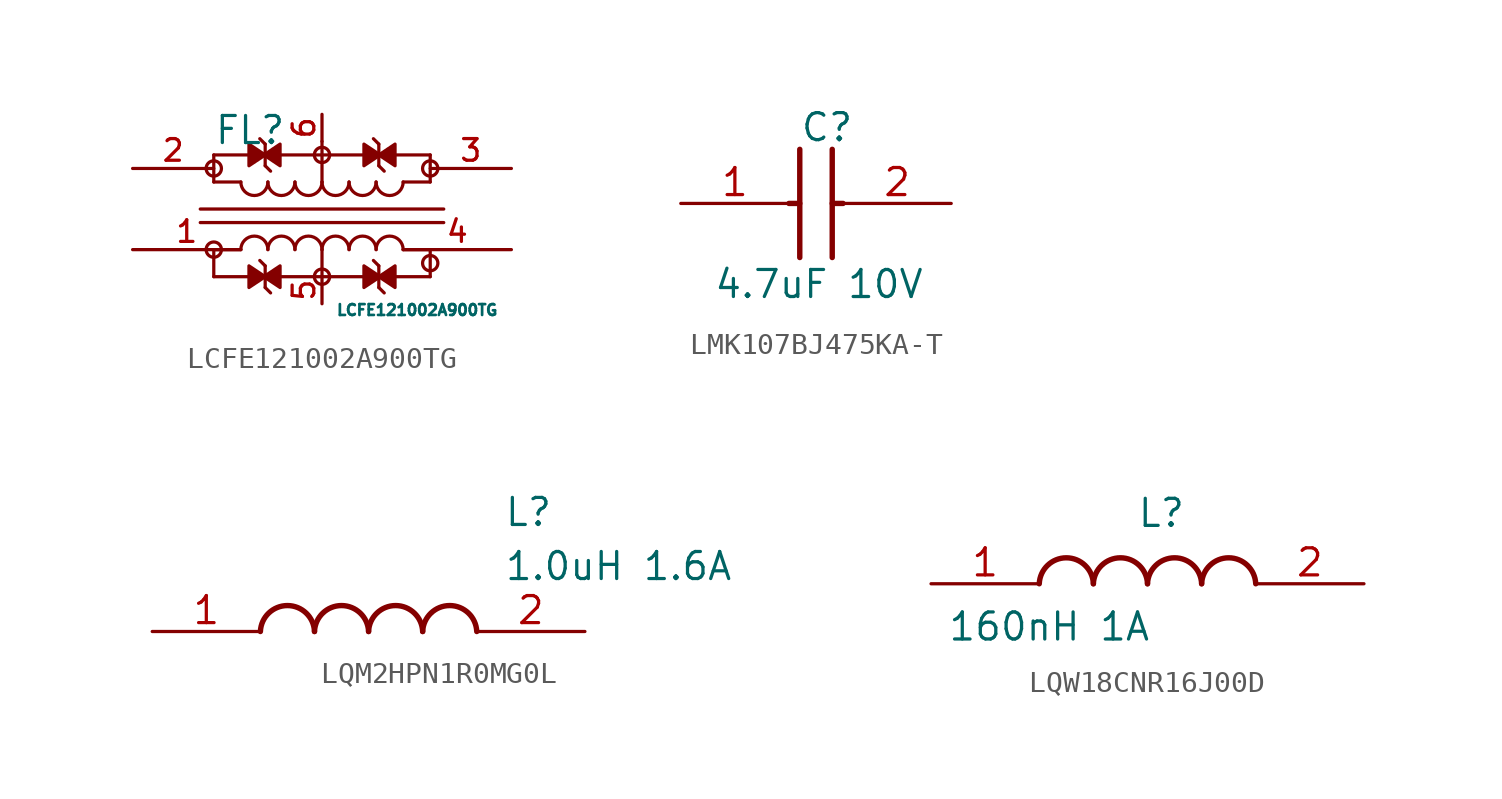
<source format=kicad_sym>
(kicad_symbol_lib
  (version 20241209)
  (generator "kicad_symbol_editor")
  (generator_version "9.0")
  (symbol "LCFE121002A900TG"
    (property "Reference" "FL"
      (at -5.08 3.81 0)
      (effects (font (size 1.27 1.27)) (justify left top)))
    (property "Value" "LCFE121002A900TG"
      (at 0.635 -5.08 0)
      (effects (font (size 0.508 0.508)) (justify left top)))
    (symbol "LCFE121002A900TG_0_0"
      (polyline (pts (xy -5.715 -0.635) (xy 5.715 -0.635)) (stroke (width 0.152) (type default)) (fill (type none)))
      (polyline (pts (xy -5.715 -1.27) (xy 5.715 -1.27)) (stroke (width 0.152) (type default)) (fill (type none)))
      (polyline (pts (xy -5.08 1.905) (xy -5.08 0.635)) (stroke (width 0.152) (type default)) (fill (type none)))
      (circle (center -5.08 1.27) (radius 0.359) (stroke (width 0) (type default)) (fill (type none)))
      (polyline (pts (xy -5.08 0.635) (xy -3.81 0.635)) (stroke (width 0.152) (type default)) (fill (type none)))
      (circle (center -5.08 -2.54) (radius 0.359) (stroke (width 0) (type default)) (fill (type none)))
      (polyline (pts (xy -5.08 -2.54) (xy -3.81 -2.54)) (stroke (width 0.152) (type default)) (fill (type none)))
      (polyline (pts (xy -5.08 -3.81) (xy -5.08 -2.54)) (stroke (width 0.152) (type default)) (fill (type none)))
      (arc (start -2.54 0.635) (mid -3.175 0) (end -3.81 0.635) (stroke (width 0.1524) (type default)) (fill (type none)))
      (arc (start -3.81 -2.54) (mid -3.175 -1.905) (end -2.54 -2.54) (stroke (width 0.1524) (type default)) (fill (type none)))
      (polyline (pts (xy -2.731 1.905) (xy -1.968 1.397) (xy -1.968 2.413) (xy -2.731 1.905)) (stroke (width 0.152) (type default)) (fill (type outline)))
      (polyline (pts (xy -2.731 -3.81) (xy -1.968 -4.318) (xy -1.968 -3.302) (xy -2.731 -3.81)) (stroke (width 0.152) (type default)) (fill (type outline)))
      (polyline (pts (xy -2.667 2.413) (xy -2.921 2.667)) (stroke (width 0.152) (type default)) (fill (type none)))
      (polyline (pts (xy -2.667 1.905) (xy -5.08 1.905)) (stroke (width 0.152) (type default)) (fill (type none)))
      (polyline (pts (xy -2.667 1.905) (xy -2.667 2.413)) (stroke (width 0.152) (type default)) (fill (type none)))
      (polyline (pts (xy -2.667 1.905) (xy -3.429 2.413) (xy -3.429 1.397) (xy -2.667 1.905)) (stroke (width 0.152) (type default)) (fill (type outline)))
      (polyline (pts (xy -2.667 1.397) (xy -2.667 1.905)) (stroke (width 0.152) (type default)) (fill (type none)))
      (polyline (pts (xy -2.667 -3.302) (xy -2.921 -3.048)) (stroke (width 0.152) (type default)) (fill (type none)))
      (polyline (pts (xy -2.667 -3.81) (xy -5.08 -3.81)) (stroke (width 0.152) (type default)) (fill (type none)))
      (polyline (pts (xy -2.667 -3.81) (xy -2.667 -3.302)) (stroke (width 0.152) (type default)) (fill (type none)))
      (polyline (pts (xy -2.667 -3.81) (xy -3.429 -3.302) (xy -3.429 -4.318) (xy -2.667 -3.81)) (stroke (width 0.152) (type default)) (fill (type outline)))
      (polyline (pts (xy -2.667 -4.318) (xy -2.667 -3.81)) (stroke (width 0.152) (type default)) (fill (type none)))
      (polyline (pts (xy -2.413 1.143) (xy -2.667 1.397)) (stroke (width 0.152) (type default)) (fill (type none)))
      (polyline (pts (xy -2.413 -4.572) (xy -2.667 -4.318)) (stroke (width 0.152) (type default)) (fill (type none)))
      (arc (start -1.27 0.635) (mid -1.905 0) (end -2.54 0.635) (stroke (width 0.1524) (type default)) (fill (type none)))
      (arc (start -2.54 -2.54) (mid -1.905 -1.905) (end -1.27 -2.54) (stroke (width 0.1524) (type default)) (fill (type none)))
      (arc (start 0 0.635) (mid -0.635 0) (end -1.27 0.635) (stroke (width 0.1524) (type default)) (fill (type none)))
      (arc (start -1.27 -2.54) (mid -0.635 -1.905) (end 0 -2.54) (stroke (width 0.1524) (type default)) (fill (type none)))
      (polyline (pts (xy 0 2.54) (xy 0 0.635)) (stroke (width 0.152) (type default)) (fill (type none)))
      (circle (center 0 1.905) (radius 0.359) (stroke (width 0) (type default)) (fill (type none)))
      (polyline (pts (xy 0 1.905) (xy -2.667 1.905)) (stroke (width 0.152) (type default)) (fill (type none)))
      (polyline (pts (xy 0 1.905) (xy 2.667 1.905)) (stroke (width 0.152) (type default)) (fill (type none)))
      (polyline (pts (xy 0 -3.81) (xy -2.667 -3.81)) (stroke (width 0.152) (type default)) (fill (type none)))
      (polyline (pts (xy 0 -3.81) (xy 0 -2.54)) (stroke (width 0.152) (type default)) (fill (type none)))
      (polyline (pts (xy 0 -3.81) (xy 2.667 -3.81)) (stroke (width 0.152) (type default)) (fill (type none)))
      (circle (center 0 -3.81) (radius 0.359) (stroke (width 0) (type default)) (fill (type none)))
      (arc (start 1.27 0.635) (mid 0.635 0) (end 0 0.635) (stroke (width 0.1524) (type default)) (fill (type none)))
      (arc (start 0 -2.54) (mid 0.635 -1.905) (end 1.27 -2.54) (stroke (width 0.1524) (type default)) (fill (type none)))
      (arc (start 2.54 0.635) (mid 1.905 0) (end 1.27 0.635) (stroke (width 0.1524) (type default)) (fill (type none)))
      (arc (start 1.27 -2.54) (mid 1.905 -1.905) (end 2.54 -2.54) (stroke (width 0.1524) (type default)) (fill (type none)))
      (polyline (pts (xy 2.413 2.667) (xy 2.667 2.413)) (stroke (width 0.152) (type default)) (fill (type none)))
      (polyline (pts (xy 2.413 -3.048) (xy 2.667 -3.302)) (stroke (width 0.152) (type default)) (fill (type none)))
      (polyline (pts (xy 2.667 2.413) (xy 2.667 1.905)) (stroke (width 0.152) (type default)) (fill (type none)))
      (polyline (pts (xy 2.667 1.905) (xy 2.667 1.397)) (stroke (width 0.152) (type default)) (fill (type none)))
      (polyline (pts (xy 2.667 1.905) (xy 5.08 1.905)) (stroke (width 0.152) (type default)) (fill (type none)))
      (polyline (pts (xy 2.667 1.905) (xy 3.429 1.397) (xy 3.429 2.413) (xy 2.667 1.905)) (stroke (width 0.152) (type default)) (fill (type outline)))
      (polyline (pts (xy 2.667 1.397) (xy 2.921 1.143)) (stroke (width 0.152) (type default)) (fill (type none)))
      (polyline (pts (xy 2.667 -3.302) (xy 2.667 -3.81)) (stroke (width 0.152) (type default)) (fill (type none)))
      (polyline (pts (xy 2.667 -3.81) (xy 2.667 -4.318)) (stroke (width 0.152) (type default)) (fill (type none)))
      (polyline (pts (xy 2.667 -3.81) (xy 5.08 -3.81)) (stroke (width 0.152) (type default)) (fill (type none)))
      (polyline (pts (xy 2.667 -3.81) (xy 3.429 -4.318) (xy 3.429 -3.302) (xy 2.667 -3.81)) (stroke (width 0.152) (type default)) (fill (type outline)))
      (polyline (pts (xy 2.667 -4.318) (xy 2.921 -4.572)) (stroke (width 0.152) (type default)) (fill (type none)))
      (polyline (pts (xy 2.731 1.905) (xy 1.968 2.413) (xy 1.968 1.397) (xy 2.731 1.905)) (stroke (width 0.152) (type default)) (fill (type outline)))
      (polyline (pts (xy 2.731 -3.81) (xy 1.968 -3.302) (xy 1.968 -4.318) (xy 2.731 -3.81)) (stroke (width 0.152) (type default)) (fill (type outline)))
      (arc (start 3.81 0.635) (mid 3.175 0) (end 2.54 0.635) (stroke (width 0.1524) (type default)) (fill (type none)))
      (arc (start 2.54 -2.54) (mid 3.175 -1.905) (end 3.81 -2.54) (stroke (width 0.1524) (type default)) (fill (type none)))
      (polyline (pts (xy 5.08 1.905) (xy 5.08 0.635)) (stroke (width 0.152) (type default)) (fill (type none)))
      (circle (center 5.08 1.27) (radius 0.359) (stroke (width 0) (type default)) (fill (type none)))
      (polyline (pts (xy 5.08 0.635) (xy 3.81 0.635)) (stroke (width 0.152) (type default)) (fill (type none)))
      (polyline (pts (xy 5.08 -2.54) (xy 3.81 -2.54)) (stroke (width 0.152) (type default)) (fill (type none)))
      (circle (center 5.08 -3.175) (radius 0.359) (stroke (width 0) (type default)) (fill (type none)))
      (polyline (pts (xy 5.08 -3.81) (xy 5.08 -2.54)) (stroke (width 0.152) (type default)) (fill (type none)))
      (pin passive line (at -8.89 -2.54 0) (length 5.08) (name "~" (effects (font (size 1.016 1.016)))) (number "1" (effects (font (size 1.016 1.016)))))
      (pin passive line (at 8.89 -2.54 180) (length 5.08) (name "~" (effects (font (size 1.016 1.016)))) (number "4" (effects (font (size 1.016 1.016))))))
    (symbol "LCFE121002A900TG_1_0"
      (pin passive line (at -8.89 1.27 0) (length 3.81) (name "~" (effects (font (size 1.016 1.016)))) (number "2" (effects (font (size 1.016 1.016)))))
      (pin passive line (at 0 3.81 270) (length 1.27) (name "~" (effects (font (size 1.016 1.016)))) (number "6" (effects (font (size 1.016 1.016)))))
      (pin passive line (at 0 -5.08 90) (length 1.27) (name "~" (effects (font (size 1.016 1.016)))) (number "5" (effects (font (size 1.016 1.016)))))
      (pin passive line (at 8.89 1.27 180) (length 3.81) (name "~" (effects (font (size 1.016 1.016)))) (number "3" (effects (font (size 1.016 1.016)))))))
  (symbol "LMK107BJ475KA-T"
    (pin_names
      (hide yes))
    (property "Reference" "C"
      (at -0.762 4.318 0)
      (effects (font (size 1.27 1.27)) (justify left top)))
    (property "Value" "4.7uF 10V"
      (at -4.826 -3.048 0)
      (effects (font (size 1.27 1.27)) (justify left top)))
    (symbol "LMK107BJ475KA-T_1_1"
      (polyline (pts (xy -1.27 0) (xy -0.762 0)) (stroke (width 0.254) (type default)) (fill (type none)))
      (polyline (pts (xy -0.762 2.54) (xy -0.762 -2.54)) (stroke (width 0.254) (type default)) (fill (type none)))
      (polyline (pts (xy 0.762 2.54) (xy 0.762 -2.54)) (stroke (width 0.254) (type default)) (fill (type none)))
      (polyline (pts (xy 0.762 0) (xy 1.27 0)) (stroke (width 0.254) (type default)) (fill (type none)))
      (pin passive line (at -6.35 0 0) (length 5.08) (name "1" (effects (font (size 1.27 1.27)))) (number "1" (effects (font (size 1.27 1.27)))))
      (pin passive line (at 6.35 0 180) (length 5.08) (name "2" (effects (font (size 1.27 1.27)))) (number "2" (effects (font (size 1.27 1.27)))))))
  (symbol "LQM2HPN1R0MG0L"
    (pin_names
      (hide yes))
    (property "Reference" "L"
      (at 16.51 6.35 0)
      (effects (font (size 1.27 1.27)) (justify left top)))
    (property "Value" "1.0uH 1.6A"
      (at 16.51 3.81 0)
      (effects (font (size 1.27 1.27)) (justify left top)))
    (symbol "LQM2HPN1R0MG0L_1_1"
      (arc (start 5.08 0) (mid 6.35 1.219) (end 7.62 0) (stroke (width 0.254) (type default)) (fill (type none)))
      (arc (start 7.62 0) (mid 8.89 1.219) (end 10.16 0) (stroke (width 0.254) (type default)) (fill (type none)))
      (arc (start 10.16 0) (mid 11.43 1.219) (end 12.7 0) (stroke (width 0.254) (type default)) (fill (type none)))
      (arc (start 12.7 0) (mid 13.97 1.219) (end 15.24 0) (stroke (width 0.254) (type default)) (fill (type none)))
      (pin passive line (at 0 0 0) (length 5.08) (name "1" (effects (font (size 1.27 1.27)))) (number "1" (effects (font (size 1.27 1.27)))))
      (pin passive line (at 20.32 0 180) (length 5.08) (name "2" (effects (font (size 1.27 1.27)))) (number "2" (effects (font (size 1.27 1.27)))))))
  (symbol "LQW18CNR16J00D"
    (pin_names
      (hide yes))
    (property "Reference" "L"
      (at -0.508 4.064 0)
      (effects (font (size 1.27 1.27)) (justify left top)))
    (property "Value" "160nH 1A"
      (at -9.398 -1.27 0)
      (effects (font (size 1.27 1.27)) (justify left top)))
    (symbol "LQW18CNR16J00D_1_1"
      (arc (start -5.08 0) (mid -3.81 1.219) (end -2.54 0) (stroke (width 0.254) (type default)) (fill (type none)))
      (arc (start -2.54 0) (mid -1.27 1.219) (end 0 0) (stroke (width 0.254) (type default)) (fill (type none)))
      (arc (start 0 0) (mid 1.27 1.219) (end 2.54 0) (stroke (width 0.254) (type default)) (fill (type none)))
      (arc (start 2.54 0) (mid 3.81 1.219) (end 5.08 0) (stroke (width 0.254) (type default)) (fill (type none)))
      (pin passive line (at -10.16 0 0) (length 5.08) (name "1" (effects (font (size 1.27 1.27)))) (number "1" (effects (font (size 1.27 1.27)))))
      (pin passive line (at 10.16 0 180) (length 5.08) (name "2" (effects (font (size 1.27 1.27)))) (number "2" (effects (font (size 1.27 1.27))))))))
</source>
